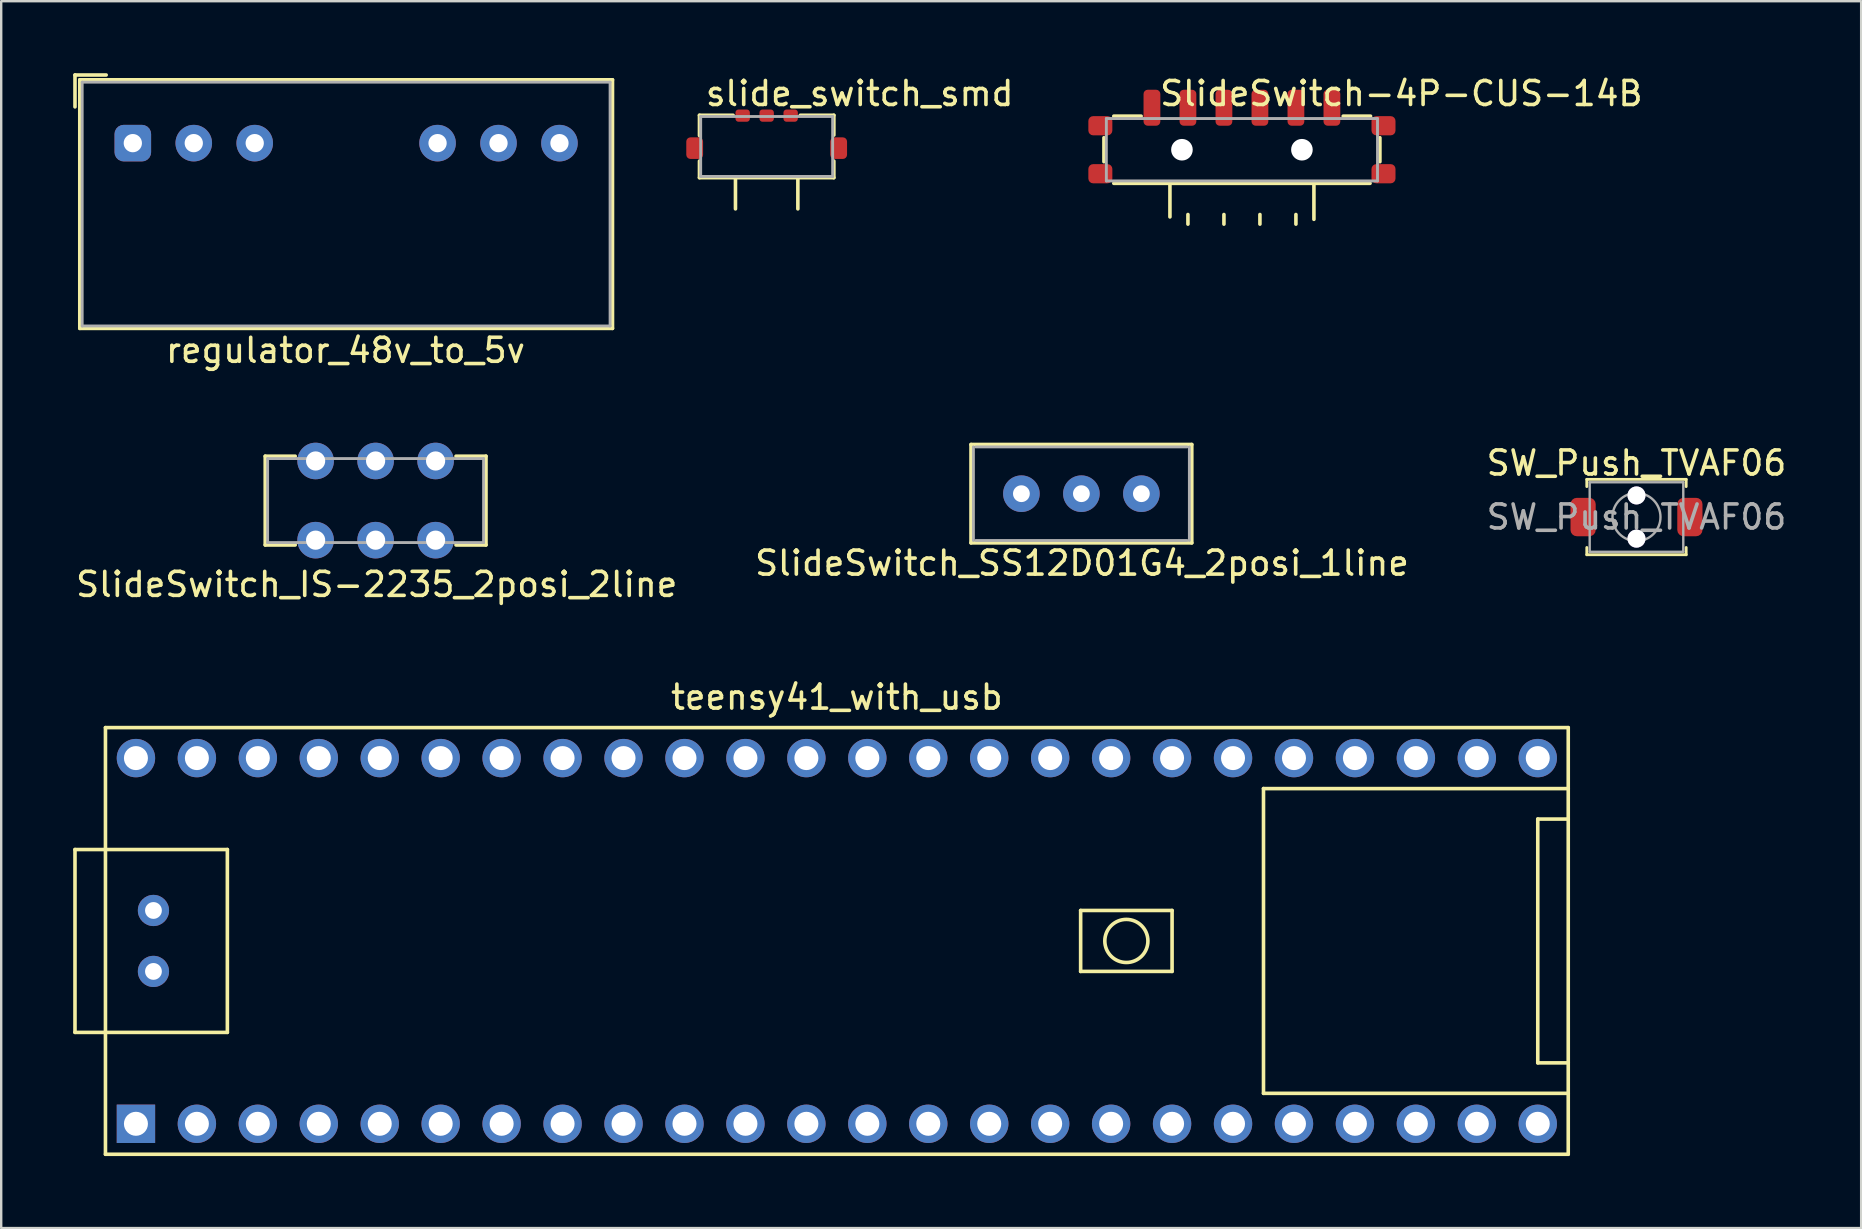
<source format=kicad_pcb>
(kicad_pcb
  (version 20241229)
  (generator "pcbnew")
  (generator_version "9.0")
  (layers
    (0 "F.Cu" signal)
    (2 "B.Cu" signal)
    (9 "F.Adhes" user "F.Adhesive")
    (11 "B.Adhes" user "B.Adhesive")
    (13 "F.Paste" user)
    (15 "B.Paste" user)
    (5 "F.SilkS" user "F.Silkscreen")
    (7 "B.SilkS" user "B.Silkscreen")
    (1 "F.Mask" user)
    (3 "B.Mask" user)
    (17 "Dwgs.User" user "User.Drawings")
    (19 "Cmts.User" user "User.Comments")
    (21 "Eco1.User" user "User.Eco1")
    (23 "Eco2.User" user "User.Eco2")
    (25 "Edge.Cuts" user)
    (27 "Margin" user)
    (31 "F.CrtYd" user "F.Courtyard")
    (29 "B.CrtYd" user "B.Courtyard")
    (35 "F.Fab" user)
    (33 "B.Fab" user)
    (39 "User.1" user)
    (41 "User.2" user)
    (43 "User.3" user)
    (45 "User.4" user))
  (footprint "teensy41_with_usb"
    (layer "F.Cu")
    (at 31.825 36.163)
    (property "Reference" "teensy41_with_usb" (at 0 -10.16 0) (layer "F.SilkS") (effects (font (size 1 1) (thickness 0.15))))
    (attr through_hole)
    (fp_line (start -31.75 -3.81) (end -30.48 -3.81) (stroke (width 0.15) (type solid)) (layer "F.SilkS"))
    (fp_line (start -31.75 3.81) (end -31.75 -3.81) (stroke (width 0.15) (type solid)) (layer "F.SilkS"))
    (fp_line (start -30.48 -8.89) (end 30.48 -8.89) (stroke (width 0.15) (type solid)) (layer "F.SilkS"))
    (fp_line (start -30.48 3.81) (end -31.75 3.81) (stroke (width 0.15) (type solid)) (layer "F.SilkS"))
    (fp_line (start -30.48 8.89) (end -30.48 -8.89) (stroke (width 0.15) (type solid)) (layer "F.SilkS"))
    (fp_line (start -25.4 -3.81) (end -30.48 -3.81) (stroke (width 0.15) (type solid)) (layer "F.SilkS"))
    (fp_line (start -25.4 3.81) (end -30.48 3.81) (stroke (width 0.15) (type solid)) (layer "F.SilkS"))
    (fp_line (start -25.4 3.81) (end -25.4 -3.81) (stroke (width 0.15) (type solid)) (layer "F.SilkS"))
    (fp_line (start 10.16 -1.27) (end 13.97 -1.27) (stroke (width 0.15) (type solid)) (layer "F.SilkS"))
    (fp_line (start 10.16 1.27) (end 10.16 -1.27) (stroke (width 0.15) (type solid)) (layer "F.SilkS"))
    (fp_line (start 13.97 -1.27) (end 13.97 1.27) (stroke (width 0.15) (type solid)) (layer "F.SilkS"))
    (fp_line (start 13.97 1.27) (end 10.16 1.27) (stroke (width 0.15) (type solid)) (layer "F.SilkS"))
    (fp_line (start 17.78 -6.35) (end 17.78 6.35) (stroke (width 0.15) (type solid)) (layer "F.SilkS"))
    (fp_line (start 17.78 6.35) (end 30.48 6.35) (stroke (width 0.15) (type solid)) (layer "F.SilkS"))
    (fp_line (start 29.21 -5.08) (end 29.21 5.08) (stroke (width 0.15) (type solid)) (layer "F.SilkS"))
    (fp_line (start 29.21 5.08) (end 30.48 5.08) (stroke (width 0.15) (type solid)) (layer "F.SilkS"))
    (fp_line (start 30.48 -8.89) (end 30.48 8.89) (stroke (width 0.15) (type solid)) (layer "F.SilkS"))
    (fp_line (start 30.48 -6.35) (end 17.78 -6.35) (stroke (width 0.15) (type solid)) (layer "F.SilkS"))
    (fp_line (start 30.48 -5.08) (end 29.21 -5.08) (stroke (width 0.15) (type solid)) (layer "F.SilkS"))
    (fp_line (start 30.48 8.89) (end -30.48 8.89) (stroke (width 0.15) (type solid)) (layer "F.SilkS"))
    (fp_circle (center 12.065 0) (end 12.7 -0.635) (stroke (width 0.15) (type solid)) (fill no) (layer "F.SilkS"))
    (pad "1" thru_hole rect (at -29.21 7.62) (size 1.6 1.6) (drill 1) (layers "*.Cu" "*.Mask"))
    (pad "2" thru_hole circle (at -26.67 7.62) (size 1.6 1.6) (drill 1) (layers "*.Cu" "*.Mask"))
    (pad "3" thru_hole circle (at -24.13 7.62) (size 1.6 1.6) (drill 1) (layers "*.Cu" "*.Mask"))
    (pad "4" thru_hole circle (at -21.59 7.62) (size 1.6 1.6) (drill 1) (layers "*.Cu" "*.Mask"))
    (pad "5" thru_hole circle (at -19.05 7.62) (size 1.6 1.6) (drill 1) (layers "*.Cu" "*.Mask"))
    (pad "6" thru_hole circle (at -16.51 7.62) (size 1.6 1.6) (drill 1) (layers "*.Cu" "*.Mask"))
    (pad "7" thru_hole circle (at -13.97 7.62) (size 1.6 1.6) (drill 1) (layers "*.Cu" "*.Mask"))
    (pad "8" thru_hole circle (at -11.43 7.62) (size 1.6 1.6) (drill 1) (layers "*.Cu" "*.Mask"))
    (pad "9" thru_hole circle (at -8.89 7.62) (size 1.6 1.6) (drill 1) (layers "*.Cu" "*.Mask"))
    (pad "10" thru_hole circle (at -6.35 7.62) (size 1.6 1.6) (drill 1) (layers "*.Cu" "*.Mask"))
    (pad "11" thru_hole circle (at -3.81 7.62) (size 1.6 1.6) (drill 1) (layers "*.Cu" "*.Mask"))
    (pad "12" thru_hole circle (at -1.27 7.62) (size 1.6 1.6) (drill 1) (layers "*.Cu" "*.Mask"))
    (pad "13" thru_hole circle (at 1.27 7.62) (size 1.6 1.6) (drill 1) (layers "*.Cu" "*.Mask"))
    (pad "14" thru_hole circle (at 3.81 7.62) (size 1.6 1.6) (drill 1) (layers "*.Cu" "*.Mask"))
    (pad "15" thru_hole circle (at 6.35 7.62) (size 1.6 1.6) (drill 1) (layers "*.Cu" "*.Mask"))
    (pad "16" thru_hole circle (at 8.89 7.62) (size 1.6 1.6) (drill 1) (layers "*.Cu" "*.Mask"))
    (pad "17" thru_hole circle (at 11.43 7.62) (size 1.6 1.6) (drill 1) (layers "*.Cu" "*.Mask"))
    (pad "18" thru_hole circle (at 13.97 7.62) (size 1.6 1.6) (drill 1) (layers "*.Cu" "*.Mask"))
    (pad "19" thru_hole circle (at 16.51 7.62) (size 1.6 1.6) (drill 1) (layers "*.Cu" "*.Mask"))
    (pad "20" thru_hole circle (at 19.05 7.62) (size 1.6 1.6) (drill 1) (layers "*.Cu" "*.Mask"))
    (pad "21" thru_hole circle (at 21.59 7.62) (size 1.6 1.6) (drill 1) (layers "*.Cu" "*.Mask"))
    (pad "22" thru_hole circle (at 24.13 7.62) (size 1.6 1.6) (drill 1) (layers "*.Cu" "*.Mask"))
    (pad "23" thru_hole circle (at 26.67 7.62) (size 1.6 1.6) (drill 1) (layers "*.Cu" "*.Mask"))
    (pad "24" thru_hole circle (at 29.21 7.62) (size 1.6 1.6) (drill 1) (layers "*.Cu" "*.Mask"))
    (pad "25" thru_hole circle (at 29.21 -7.62) (size 1.6 1.6) (drill 1) (layers "*.Cu" "*.Mask"))
    (pad "26" thru_hole circle (at 26.67 -7.62) (size 1.6 1.6) (drill 1) (layers "*.Cu" "*.Mask"))
    (pad "27" thru_hole circle (at 24.13 -7.62) (size 1.6 1.6) (drill 1) (layers "*.Cu" "*.Mask"))
    (pad "28" thru_hole circle (at 21.59 -7.62) (size 1.6 1.6) (drill 1) (layers "*.Cu" "*.Mask"))
    (pad "29" thru_hole circle (at 19.05 -7.62) (size 1.6 1.6) (drill 1) (layers "*.Cu" "*.Mask"))
    (pad "30" thru_hole circle (at 16.51 -7.62) (size 1.6 1.6) (drill 1) (layers "*.Cu" "*.Mask"))
    (pad "31" thru_hole circle (at 13.97 -7.62) (size 1.6 1.6) (drill 1) (layers "*.Cu" "*.Mask"))
    (pad "32" thru_hole circle (at 11.43 -7.62) (size 1.6 1.6) (drill 1) (layers "*.Cu" "*.Mask"))
    (pad "33" thru_hole circle (at 8.89 -7.62) (size 1.6 1.6) (drill 1) (layers "*.Cu" "*.Mask"))
    (pad "34" thru_hole circle (at 6.35 -7.62) (size 1.6 1.6) (drill 1) (layers "*.Cu" "*.Mask"))
    (pad "35" thru_hole circle (at 3.81 -7.62) (size 1.6 1.6) (drill 1) (layers "*.Cu" "*.Mask"))
    (pad "36" thru_hole circle (at 1.27 -7.62) (size 1.6 1.6) (drill 1) (layers "*.Cu" "*.Mask"))
    (pad "37" thru_hole circle (at -1.27 -7.62) (size 1.6 1.6) (drill 1) (layers "*.Cu" "*.Mask"))
    (pad "38" thru_hole circle (at -3.81 -7.62) (size 1.6 1.6) (drill 1) (layers "*.Cu" "*.Mask"))
    (pad "39" thru_hole circle (at -6.35 -7.62) (size 1.6 1.6) (drill 1) (layers "*.Cu" "*.Mask"))
    (pad "40" thru_hole circle (at -8.89 -7.62) (size 1.6 1.6) (drill 1) (layers "*.Cu" "*.Mask"))
    (pad "41" thru_hole circle (at -11.43 -7.62) (size 1.6 1.6) (drill 1) (layers "*.Cu" "*.Mask"))
    (pad "42" thru_hole circle (at -13.97 -7.62) (size 1.6 1.6) (drill 1) (layers "*.Cu" "*.Mask"))
    (pad "43" thru_hole circle (at -16.51 -7.62) (size 1.6 1.6) (drill 1) (layers "*.Cu" "*.Mask"))
    (pad "44" thru_hole circle (at -19.05 -7.62) (size 1.6 1.6) (drill 1) (layers "*.Cu" "*.Mask"))
    (pad "45" thru_hole circle (at -21.59 -7.62) (size 1.6 1.6) (drill 1) (layers "*.Cu" "*.Mask"))
    (pad "46" thru_hole circle (at -24.13 -7.62) (size 1.6 1.6) (drill 1) (layers "*.Cu" "*.Mask"))
    (pad "47" thru_hole circle (at -26.67 -7.62) (size 1.6 1.6) (drill 1) (layers "*.Cu" "*.Mask"))
    (pad "48" thru_hole circle (at -29.21 -7.62) (size 1.6 1.6) (drill 1) (layers "*.Cu" "*.Mask"))
    (pad "66" thru_hole circle (at -28.48 -1.27) (size 1.3 1.3) (drill 0.7) (layers "*.Cu" "*.Mask"))
    (pad "67" thru_hole circle (at -28.48 1.27) (size 1.3 1.3) (drill 0.7) (layers "*.Cu" "*.Mask")))
  (footprint "regulator_48v_to_5v"
    (layer "F.Cu")
    (at 11.375 5.455)
    (property "Reference" "regulator_48v_to_5v" (at -0.025 6.096 0) (layer "F.SilkS") (effects (font (size 1 1) (thickness 0.15))))
    (attr through_hole)
    (fp_line (start -11.3 -5.38) (end -11.3 -4.051) (stroke (width 0.15) (type solid)) (layer "F.SilkS"))
    (fp_line (start -11.1 -5.18) (end -11.1 5.18) (stroke (width 0.15) (type solid)) (layer "F.SilkS"))
    (fp_line (start -11.1 5.18) (end 11.1 5.18) (stroke (width 0.15) (type solid)) (layer "F.SilkS"))
    (fp_line (start -10 -5.38) (end -11.3 -5.38) (stroke (width 0.15) (type solid)) (layer "F.SilkS"))
    (fp_line (start 11.1 -5.18) (end -11.1 -5.18) (stroke (width 0.15) (type solid)) (layer "F.SilkS"))
    (fp_line (start 11.1 5.18) (end 11.1 -5.18) (stroke (width 0.15) (type solid)) (layer "F.SilkS"))
    (fp_line (start -11 -5.08) (end -11 5.08) (stroke (width 0.12) (type solid)) (layer "F.Fab"))
    (fp_line (start -11 5.08) (end 11 5.08) (stroke (width 0.12) (type solid)) (layer "F.Fab"))
    (fp_line (start 11 -5.08) (end -11 -5.08) (stroke (width 0.12) (type solid)) (layer "F.Fab"))
    (fp_line (start 11 5.08) (end 11 -5.08) (stroke (width 0.12) (type solid)) (layer "F.Fab"))
    (pad "1" thru_hole roundrect (at -8.89 -2.54) (size 1.524 1.524) (drill 0.762) (layers "*.Cu" "*.Mask") (roundrect_rratio 0.25))
    (pad "2" thru_hole circle (at -6.35 -2.54) (size 1.524 1.524) (drill 0.762) (layers "*.Cu" "*.Mask"))
    (pad "3" thru_hole circle (at -3.81 -2.54) (size 1.524 1.524) (drill 0.762) (layers "*.Cu" "*.Mask"))
    (pad "6" thru_hole circle (at 3.81 -2.54) (size 1.524 1.524) (drill 0.762) (layers "*.Cu" "*.Mask"))
    (pad "7" thru_hole circle (at 6.35 -2.54) (size 1.524 1.524) (drill 0.762) (layers "*.Cu" "*.Mask"))
    (pad "8" thru_hole circle (at 8.89 -2.54) (size 1.524 1.524) (drill 0.762) (layers "*.Cu" "*.Mask")))
  (footprint "slide_switch_smd"
    (layer "F.Cu")
    (at 28.9 3.124)
    (property "Reference" "slide_switch_smd" (at 3.876 -2.276 0) (layer "F.SilkS") (effects (font (size 1 1) (thickness 0.15))))
    (attr smd)
    (fp_line (start -2.8 -1.37) (end -2.8 -0.523) (stroke (width 0.15) (type solid)) (layer "F.SilkS"))
    (fp_line (start -2.8 -1.37) (end -1.397 -1.37) (stroke (width 0.15) (type solid)) (layer "F.SilkS"))
    (fp_line (start -2.8 1.23) (end -2.8 0.538) (stroke (width 0.15) (type solid)) (layer "F.SilkS"))
    (fp_line (start -2.8 1.23) (end 2.8 1.23) (stroke (width 0.15) (type solid)) (layer "F.SilkS"))
    (fp_line (start -1.3 1.23) (end -1.3 2.53) (stroke (width 0.15) (type solid)) (layer "F.SilkS"))
    (fp_line (start 1.3 1.23) (end 1.3 2.53) (stroke (width 0.15) (type solid)) (layer "F.SilkS"))
    (fp_line (start 2.8 -1.37) (end 1.402 -1.37) (stroke (width 0.15) (type solid)) (layer "F.SilkS"))
    (fp_line (start 2.8 -0.544) (end 2.8 -1.37) (stroke (width 0.15) (type solid)) (layer "F.SilkS"))
    (fp_line (start 2.8 1.23) (end 2.8 0.538) (stroke (width 0.15) (type solid)) (layer "F.SilkS"))
    (fp_line (start -2.75 -1.32) (end -2.75 1.18) (stroke (width 0.12) (type solid)) (layer "F.Fab"))
    (fp_line (start -2.75 1.18) (end 2.75 1.18) (stroke (width 0.12) (type solid)) (layer "F.Fab"))
    (fp_line (start 2.75 -1.32) (end -2.75 -1.32) (stroke (width 0.12) (type solid)) (layer "F.Fab"))
    (fp_line (start 2.75 1.18) (end 2.75 -1.32) (stroke (width 0.12) (type solid)) (layer "F.Fab"))
    (pad "1" smd roundrect (at -1 -1.355) (size 0.6 0.51) (layers "F.Cu" "F.Mask" "F.Paste") (roundrect_rratio 0.25))
    (pad "2" smd roundrect (at 0 -1.355) (size 0.6 0.51) (layers "F.Cu" "F.Mask" "F.Paste") (roundrect_rratio 0.25))
    (pad "3" smd roundrect (at 1 -1.355) (size 0.6 0.51) (layers "F.Cu" "F.Mask" "F.Paste") (roundrect_rratio 0.25))
    (pad "4" smd roundrect (at -3 0) (size 0.7 0.9) (layers "F.Cu" "F.Mask" "F.Paste") (roundrect_rratio 0.25))
    (pad "4" smd roundrect (at 3 0) (size 0.7 0.9) (layers "F.Cu" "F.Mask" "F.Paste") (roundrect_rratio 0.25)))
  (footprint "SlideSwitch-4P-CUS-14B"
    (layer "F.Cu")
    (at 48.706 3.19)
    (property "Reference" "SlideSwitch-4P-CUS-14B" (at 6.645 -2.342 0) (layer "F.SilkS") (effects (font (size 1 1) (thickness 0.15))))
    (attr through_hole)
    (fp_line (start -5.75 -0.5) (end -5.75 0.5) (stroke (width 0.15) (type solid)) (layer "F.SilkS"))
    (fp_line (start -5.34 1.4) (end 5.34 1.4) (stroke (width 0.15) (type solid)) (layer "F.SilkS"))
    (fp_line (start -4.2 -1.4) (end -5.34 -1.4) (stroke (width 0.15) (type solid)) (layer "F.SilkS"))
    (fp_line (start -3 1.4) (end -3 2.8) (stroke (width 0.15) (type solid)) (layer "F.SilkS"))
    (fp_line (start -2.25 2.7) (end -2.25 3.1) (stroke (width 0.15) (type solid)) (layer "F.SilkS"))
    (fp_line (start -0.75 2.7) (end -0.75 3.1) (stroke (width 0.15) (type solid)) (layer "F.SilkS"))
    (fp_line (start 0.75 2.7) (end 0.75 3.1) (stroke (width 0.15) (type solid)) (layer "F.SilkS"))
    (fp_line (start 2.25 2.7) (end 2.25 3.1) (stroke (width 0.15) (type solid)) (layer "F.SilkS"))
    (fp_line (start 3 1.4) (end 3 2.9) (stroke (width 0.15) (type solid)) (layer "F.SilkS"))
    (fp_line (start 5.36 -1.4) (end 4.22 -1.4) (stroke (width 0.15) (type solid)) (layer "F.SilkS"))
    (fp_line (start 5.75 -0.5) (end 5.75 0.5) (stroke (width 0.15) (type solid)) (layer "F.SilkS"))
    (fp_line (start -5.65 -1.3) (end -5.65 1.3) (stroke (width 0.12) (type solid)) (layer "F.Fab"))
    (fp_line (start -5.65 1.3) (end 5.65 1.3) (stroke (width 0.12) (type solid)) (layer "F.Fab"))
    (fp_line (start 5.65 -1.3) (end -5.65 -1.3) (stroke (width 0.12) (type solid)) (layer "F.Fab"))
    (fp_line (start 5.65 1.3) (end 5.65 -1.3) (stroke (width 0.12) (type solid)) (layer "F.Fab"))
    (pad "" np_thru_hole circle (at -2.5 0) (size 0.9 0.9) (drill 0.9) (layers "*.Cu" "*.Mask"))
    (pad "" np_thru_hole circle (at 2.5 0) (size 0.9 0.9) (drill 0.9) (layers "*.Cu" "*.Mask"))
    (pad "1" smd roundrect (at -3.75 -1.75) (size 0.7 1.5) (layers "F.Cu" "F.Mask" "F.Paste") (roundrect_rratio 0.25))
    (pad "2" smd roundrect (at -2.25 -1.75) (size 0.7 1.5) (layers "F.Cu" "F.Mask" "F.Paste") (roundrect_rratio 0.25))
    (pad "3" smd roundrect (at -0.75 -1.75) (size 0.7 1.5) (layers "F.Cu" "F.Mask" "F.Paste") (roundrect_rratio 0.25))
    (pad "4" smd roundrect (at 0.75 -1.75) (size 0.7 1.5) (layers "F.Cu" "F.Mask" "F.Paste") (roundrect_rratio 0.25))
    (pad "5" smd roundrect (at 2.25 -1.75) (size 0.7 1.5) (layers "F.Cu" "F.Mask" "F.Paste") (roundrect_rratio 0.25))
    (pad "6" smd roundrect (at 3.75 -1.75) (size 0.7 1.5) (layers "F.Cu" "F.Mask" "F.Paste") (roundrect_rratio 0.25))
    (pad "7" smd roundrect (at -5.9 -1) (size 1 0.8) (layers "F.Cu" "F.Mask" "F.Paste") (roundrect_rratio 0.25))
    (pad "7" smd roundrect (at -5.9 1) (size 1 0.8) (layers "F.Cu" "F.Mask" "F.Paste") (roundrect_rratio 0.25))
    (pad "7" smd roundrect (at 5.9 -1) (size 1 0.8) (layers "F.Cu" "F.Mask" "F.Paste") (roundrect_rratio 0.25))
    (pad "7" smd roundrect (at 5.9 1) (size 1 0.8) (layers "F.Cu" "F.Mask" "F.Paste") (roundrect_rratio 0.25)))
  (footprint "SlideSwitch_SS12D01G4_2posi_1line"
    (layer "F.Cu")
    (at 42.016 17.524)
    (property "Reference" "SlideSwitch_SS12D01G4_2posi_1line" (at 0.025 2.896 0) (layer "F.SilkS") (effects (font (size 1 1) (thickness 0.15))))
    (attr through_hole)
    (fp_line (start -4.6 -2.05) (end -4.6 2.05) (stroke (width 0.15) (type solid)) (layer "F.SilkS"))
    (fp_line (start -4.6 2.05) (end 4.6 2.05) (stroke (width 0.15) (type solid)) (layer "F.SilkS"))
    (fp_line (start 4.6 -2.05) (end -4.6 -2.05) (stroke (width 0.15) (type solid)) (layer "F.SilkS"))
    (fp_line (start 4.6 2.05) (end 4.6 -2.05) (stroke (width 0.15) (type solid)) (layer "F.SilkS"))
    (fp_line (start -4.5 -1.95) (end -4.5 1.95) (stroke (width 0.12) (type solid)) (layer "F.Fab"))
    (fp_line (start -4.4 1.95) (end 4.4 1.95) (stroke (width 0.12) (type solid)) (layer "F.Fab"))
    (fp_line (start 4.4 -1.95) (end -4.4 -1.95) (stroke (width 0.12) (type solid)) (layer "F.Fab"))
    (fp_line (start 4.5 1.95) (end 4.5 -1.95) (stroke (width 0.12) (type solid)) (layer "F.Fab"))
    (pad "1" thru_hole circle (at -2.5 0) (size 1.524 1.524) (drill 0.7) (layers "*.Cu" "*.Mask"))
    (pad "2" thru_hole circle (at 0 0) (size 1.524 1.524) (drill 0.7) (layers "*.Cu" "*.Mask"))
    (pad "3" thru_hole circle (at 2.5 0) (size 1.524 1.524) (drill 0.7) (layers "*.Cu" "*.Mask")))
  (footprint "SW_Push_TVAF06"
    (layer "F.Cu")
    (at 65.149 18.497)
    (property "Reference" "SW_Push_TVAF06" (at 0 -2.25 0) (layer "F.SilkS") (effects (font (size 1 1) (thickness 0.15))))
    (attr smd)
    (fp_line (start -2.07 -1.57) (end 2.07 -1.57) (stroke (width 0.12) (type solid)) (layer "F.SilkS"))
    (fp_line (start -2.07 -1.27) (end -2.07 -1.57) (stroke (width 0.12) (type solid)) (layer "F.SilkS"))
    (fp_line (start -2.07 1.57) (end -2.07 1.27) (stroke (width 0.12) (type solid)) (layer "F.SilkS"))
    (fp_line (start 2.07 -1.57) (end 2.07 -1.27) (stroke (width 0.12) (type solid)) (layer "F.SilkS"))
    (fp_line (start 2.07 1.27) (end 2.07 1.57) (stroke (width 0.12) (type solid)) (layer "F.SilkS"))
    (fp_line (start 2.07 1.57) (end -2.07 1.57) (stroke (width 0.12) (type solid)) (layer "F.SilkS"))
    (fp_line (start -1.95 -1.45) (end 1.95 -1.45) (stroke (width 0.1) (type solid)) (layer "F.Fab"))
    (fp_line (start -1.95 1.45) (end -1.95 -1.45) (stroke (width 0.1) (type solid)) (layer "F.Fab"))
    (fp_line (start 1.95 -1.45) (end 1.95 1.45) (stroke (width 0.1) (type solid)) (layer "F.Fab"))
    (fp_line (start 1.95 1.45) (end -1.95 1.45) (stroke (width 0.1) (type solid)) (layer "F.Fab"))
    (fp_circle (center 0 0) (end 1 0) (stroke (width 0.1) (type solid)) (fill no) (layer "F.Fab"))
    (fp_text user "${REFERENCE}" (at 0 0 0) (layer "F.Fab") (effects (font (size 1 1) (thickness 0.15))))
    (pad "1" smd roundrect (at -2.225 0) (size 1.05 1.6) (layers "F.Cu" "F.Mask" "F.Paste") (roundrect_rratio 0.25))
    (pad "2" smd roundrect (at 2.225 0) (size 1.05 1.6) (layers "F.Cu" "F.Mask" "F.Paste") (roundrect_rratio 0.25))
    (pad "NC" thru_hole circle (at 0 -0.9) (size 0.75 0.75) (drill 0.75) (layers "*.Cu" "*.Mask"))
    (pad "NC" thru_hole circle (at 0 0.9) (size 0.75 0.75) (drill 0.75) (layers "*.Cu" "*.Mask")))
  (footprint "SlideSwitch_IS-2235_2posi_2line"
    (layer "F.Cu")
    (at 12.603 17.811)
    (property "Reference" "SlideSwitch_IS-2235_2posi_2line" (at 0.046 3.495 0) (layer "F.SilkS") (effects (font (size 1 1) (thickness 0.15))))
    (attr through_hole)
    (fp_line (start -4.6 -1.85) (end -4.6 1.85) (stroke (width 0.15) (type solid)) (layer "F.SilkS"))
    (fp_line (start -4.6 1.85) (end -3.35 1.85) (stroke (width 0.15) (type solid)) (layer "F.SilkS"))
    (fp_line (start -3.35 -1.85) (end -4.6 -1.85) (stroke (width 0.15) (type solid)) (layer "F.SilkS"))
    (fp_line (start 3.35 1.85) (end 4.6 1.85) (stroke (width 0.15) (type solid)) (layer "F.SilkS"))
    (fp_line (start 4.6 -1.85) (end 3.35 -1.85) (stroke (width 0.15) (type solid)) (layer "F.SilkS"))
    (fp_line (start 4.6 1.85) (end 4.6 -1.85) (stroke (width 0.15) (type solid)) (layer "F.SilkS"))
    (fp_line (start -4.5 -1.75) (end -4.5 1.75) (stroke (width 0.12) (type solid)) (layer "F.Fab"))
    (fp_line (start -4.5 1.75) (end 4.5 1.75) (stroke (width 0.12) (type solid)) (layer "F.Fab"))
    (fp_line (start 4.5 -1.75) (end -4.5 -1.75) (stroke (width 0.12) (type solid)) (layer "F.Fab"))
    (fp_line (start 4.5 1.75) (end 4.5 -1.75) (stroke (width 0.12) (type solid)) (layer "F.Fab"))
    (pad "1" thru_hole circle (at -2.5 -1.65) (size 1.524 1.524) (drill 0.8) (layers "*.Cu" "*.Mask"))
    (pad "2" thru_hole circle (at 0 -1.65) (size 1.524 1.524) (drill 0.8) (layers "*.Cu" "*.Mask"))
    (pad "3" thru_hole circle (at 2.5 -1.65) (size 1.524 1.524) (drill 0.8) (layers "*.Cu" "*.Mask"))
    (pad "4" thru_hole circle (at -2.5 1.65) (size 1.524 1.524) (drill 0.8) (layers "*.Cu" "*.Mask"))
    (pad "5" thru_hole circle (at 0 1.65) (size 1.524 1.524) (drill 0.8) (layers "*.Cu" "*.Mask"))
    (pad "6" thru_hole circle (at 2.5 1.65) (size 1.524 1.524) (drill 0.8) (layers "*.Cu" "*.Mask")))
  (gr_rect
    (start -3 -3)
    (end 74.512 48.128)
    (stroke (width 0.1) (type default))
    (fill no)
    (layer "Edge.Cuts")))
</source>
